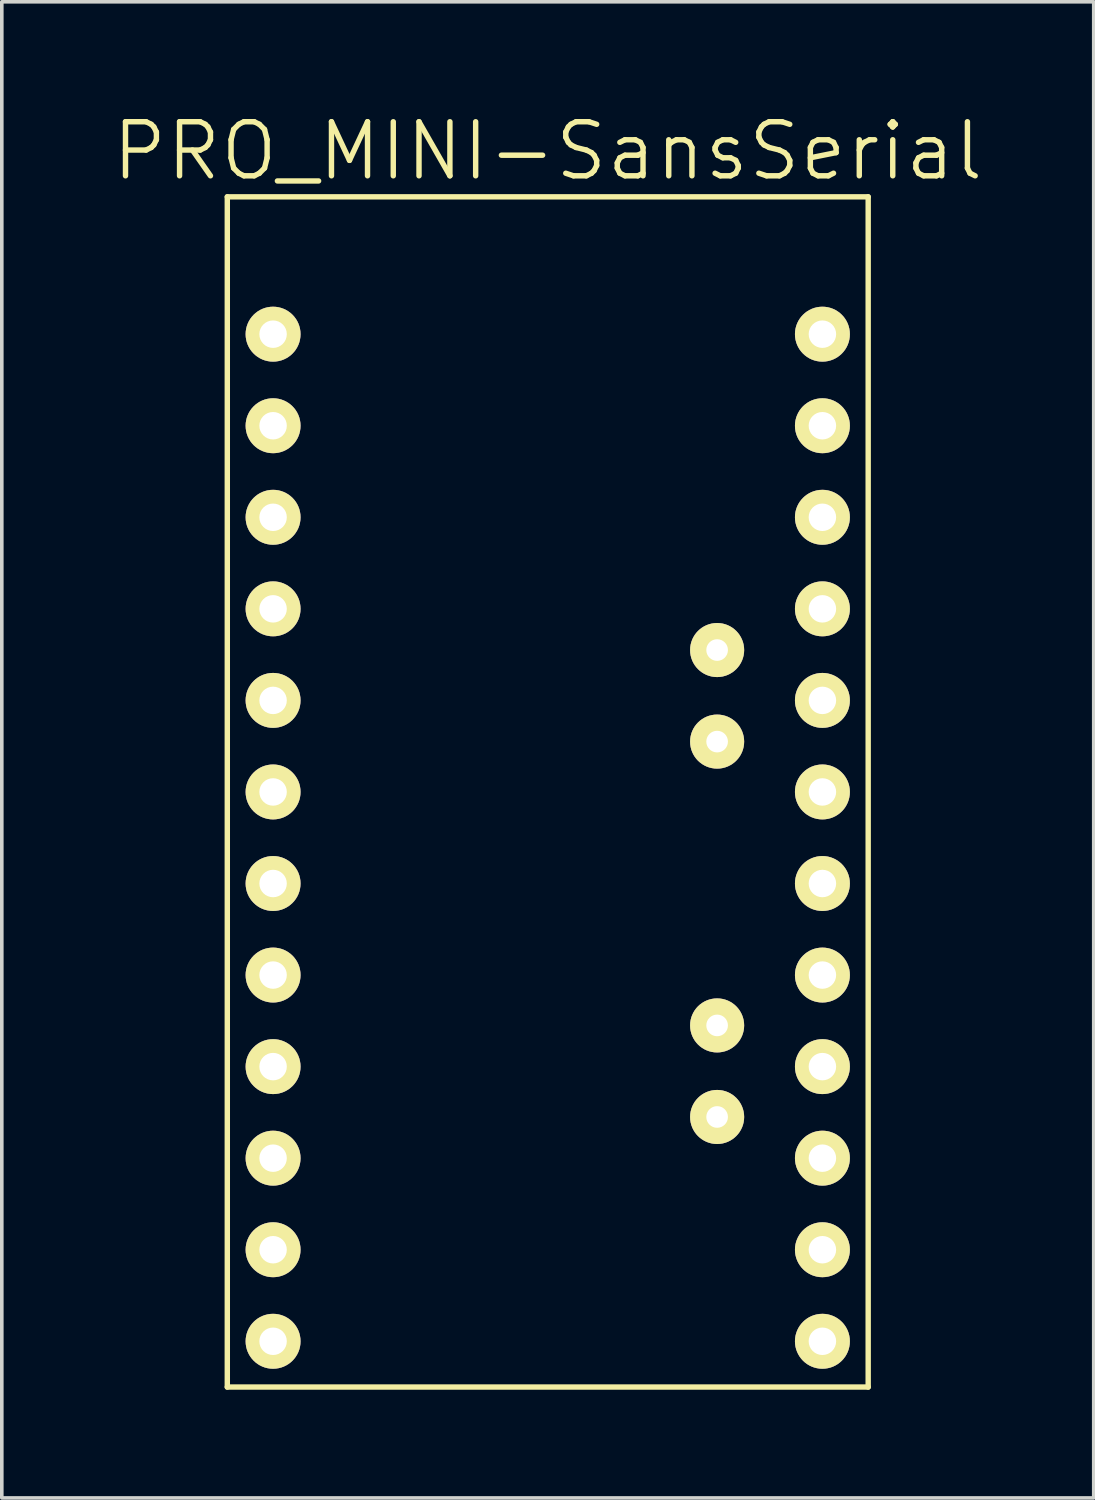
<source format=kicad_pcb>
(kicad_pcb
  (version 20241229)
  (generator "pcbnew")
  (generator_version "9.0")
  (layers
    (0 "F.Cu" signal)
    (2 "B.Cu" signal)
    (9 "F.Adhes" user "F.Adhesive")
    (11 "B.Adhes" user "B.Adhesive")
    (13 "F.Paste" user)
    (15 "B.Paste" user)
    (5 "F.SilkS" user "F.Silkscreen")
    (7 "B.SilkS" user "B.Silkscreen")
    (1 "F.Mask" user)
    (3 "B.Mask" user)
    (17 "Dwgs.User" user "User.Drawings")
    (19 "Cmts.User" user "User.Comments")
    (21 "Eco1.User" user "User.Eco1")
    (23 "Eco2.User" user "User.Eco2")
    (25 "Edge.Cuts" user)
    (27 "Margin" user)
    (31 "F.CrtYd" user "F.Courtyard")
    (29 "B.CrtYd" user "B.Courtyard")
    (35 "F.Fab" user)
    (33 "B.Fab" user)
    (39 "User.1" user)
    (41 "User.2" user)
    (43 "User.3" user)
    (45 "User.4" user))
  (footprint "PRO_MINI-SansSerial"
    (layer "F.Cu")
    (at 12.146 18.921)
    (property "Reference" "PRO_MINI-SansSerial" (at 0 -17.78 0) (layer "F.SilkS") (effects (font (size 1.5 1.5) (thickness 0.15))))
    (attr through_hole)
    (fp_line (start -8.89 -16.51) (end -8.89 16.51) (stroke (width 0.15) (type solid)) (layer "F.SilkS"))
    (fp_line (start -8.89 16.51) (end 8.89 16.51) (stroke (width 0.15) (type solid)) (layer "F.SilkS"))
    (fp_line (start 8.89 -16.51) (end -8.89 -16.51) (stroke (width 0.15) (type solid)) (layer "F.SilkS"))
    (fp_line (start 8.89 16.51) (end 8.89 -16.51) (stroke (width 0.15) (type solid)) (layer "F.SilkS"))
    (pad "7" thru_hole circle (at -7.62 -12.7) (size 1.524 1.524) (drill 0.762) (layers "*.Cu" "*.Mask" "F.SilkS"))
    (pad "8" thru_hole circle (at -7.62 -10.16) (size 1.524 1.524) (drill 0.762) (layers "*.Cu" "*.Mask" "F.SilkS"))
    (pad "9" thru_hole circle (at -7.62 -7.62) (size 1.524 1.524) (drill 0.762) (layers "*.Cu" "*.Mask" "F.SilkS"))
    (pad "10" thru_hole circle (at -7.62 -5.08) (size 1.524 1.524) (drill 0.762) (layers "*.Cu" "*.Mask" "F.SilkS"))
    (pad "11" thru_hole circle (at -7.62 -2.54) (size 1.524 1.524) (drill 0.762) (layers "*.Cu" "*.Mask" "F.SilkS"))
    (pad "12" thru_hole circle (at -7.62 0) (size 1.524 1.524) (drill 0.762) (layers "*.Cu" "*.Mask" "F.SilkS"))
    (pad "13" thru_hole circle (at -7.62 2.54) (size 1.524 1.524) (drill 0.762) (layers "*.Cu" "*.Mask" "F.SilkS"))
    (pad "14" thru_hole circle (at -7.62 5.08) (size 1.524 1.524) (drill 0.762) (layers "*.Cu" "*.Mask" "F.SilkS"))
    (pad "15" thru_hole circle (at -7.62 7.62) (size 1.524 1.524) (drill 0.762) (layers "*.Cu" "*.Mask" "F.SilkS"))
    (pad "16" thru_hole circle (at -7.62 10.16) (size 1.524 1.524) (drill 0.762) (layers "*.Cu" "*.Mask" "F.SilkS"))
    (pad "17" thru_hole circle (at -7.62 12.7) (size 1.524 1.524) (drill 0.762) (layers "*.Cu" "*.Mask" "F.SilkS"))
    (pad "18" thru_hole circle (at -7.62 15.24) (size 1.524 1.524) (drill 0.762) (layers "*.Cu" "*.Mask" "F.SilkS"))
    (pad "19" thru_hole circle (at 7.62 -12.7) (size 1.524 1.524) (drill 0.762) (layers "*.Cu" "*.Mask" "F.SilkS"))
    (pad "20" thru_hole circle (at 7.62 -10.16) (size 1.524 1.524) (drill 0.762) (layers "*.Cu" "*.Mask" "F.SilkS"))
    (pad "21" thru_hole circle (at 7.62 -7.62) (size 1.524 1.524) (drill 0.762) (layers "*.Cu" "*.Mask" "F.SilkS"))
    (pad "22" thru_hole circle (at 7.62 -5.08) (size 1.524 1.524) (drill 0.762) (layers "*.Cu" "*.Mask" "F.SilkS"))
    (pad "23" thru_hole circle (at 7.62 -2.54) (size 1.524 1.524) (drill 0.762) (layers "*.Cu" "*.Mask" "F.SilkS"))
    (pad "24" thru_hole circle (at 7.62 0) (size 1.524 1.524) (drill 0.762) (layers "*.Cu" "*.Mask" "F.SilkS"))
    (pad "25" thru_hole circle (at 7.62 2.54) (size 1.524 1.524) (drill 0.762) (layers "*.Cu" "*.Mask" "F.SilkS"))
    (pad "26" thru_hole circle (at 7.62 5.08) (size 1.524 1.524) (drill 0.762) (layers "*.Cu" "*.Mask" "F.SilkS"))
    (pad "27" thru_hole circle (at 7.62 7.62) (size 1.524 1.524) (drill 0.762) (layers "*.Cu" "*.Mask" "F.SilkS"))
    (pad "28" thru_hole circle (at 7.62 10.16) (size 1.524 1.524) (drill 0.762) (layers "*.Cu" "*.Mask" "F.SilkS"))
    (pad "29" thru_hole circle (at 7.62 12.7) (size 1.524 1.524) (drill 0.762) (layers "*.Cu" "*.Mask" "F.SilkS"))
    (pad "30" thru_hole circle (at 7.62 15.24) (size 1.524 1.524) (drill 0.762) (layers "*.Cu" "*.Mask" "F.SilkS"))
    (pad "31" thru_hole circle (at 4.699 -3.937) (size 1.5 1.5) (drill 0.6) (layers "*.Cu" "*.Mask" "F.SilkS"))
    (pad "32" thru_hole circle (at 4.699 -1.397) (size 1.5 1.5) (drill 0.6) (layers "*.Cu" "*.Mask" "F.SilkS"))
    (pad "34" thru_hole circle (at 4.699 6.477) (size 1.5 1.5) (drill 0.6) (layers "*.Cu" "*.Mask" "F.SilkS"))
    (pad "35" thru_hole circle (at 4.699 9.017) (size 1.5 1.5) (drill 0.6) (layers "*.Cu" "*.Mask" "F.SilkS")))
  (gr_rect
    (start -3 -3)
    (end 27.293 38.506)
    (stroke (width 0.1) (type default))
    (fill no)
    (layer "Edge.Cuts")))
</source>
